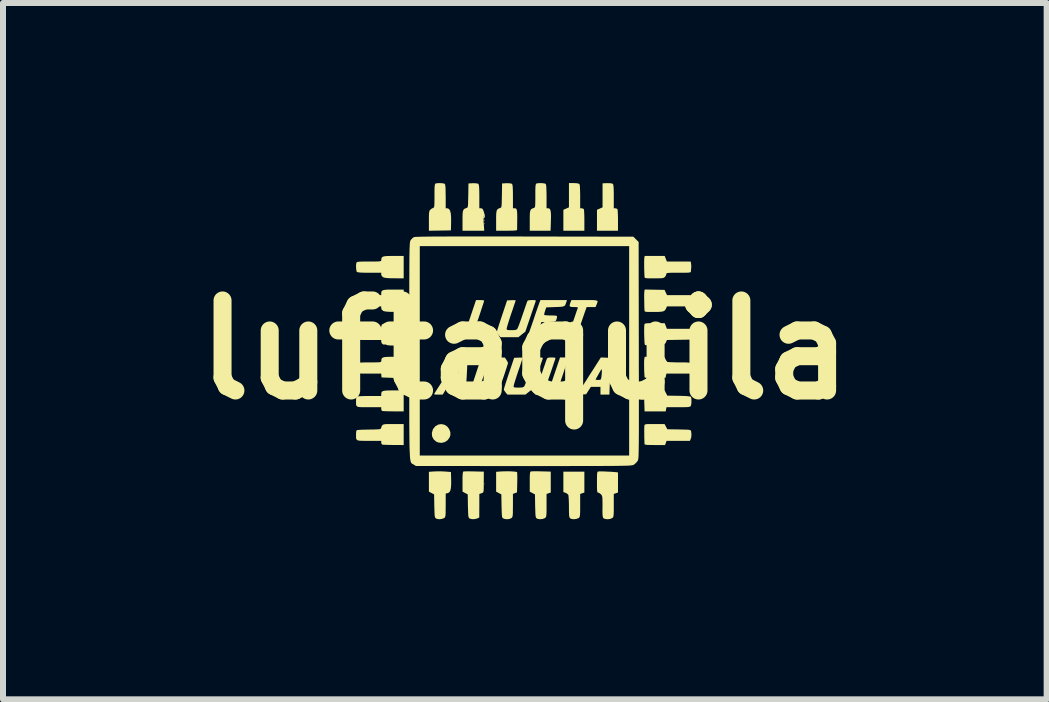
<source format=kicad_pcb>
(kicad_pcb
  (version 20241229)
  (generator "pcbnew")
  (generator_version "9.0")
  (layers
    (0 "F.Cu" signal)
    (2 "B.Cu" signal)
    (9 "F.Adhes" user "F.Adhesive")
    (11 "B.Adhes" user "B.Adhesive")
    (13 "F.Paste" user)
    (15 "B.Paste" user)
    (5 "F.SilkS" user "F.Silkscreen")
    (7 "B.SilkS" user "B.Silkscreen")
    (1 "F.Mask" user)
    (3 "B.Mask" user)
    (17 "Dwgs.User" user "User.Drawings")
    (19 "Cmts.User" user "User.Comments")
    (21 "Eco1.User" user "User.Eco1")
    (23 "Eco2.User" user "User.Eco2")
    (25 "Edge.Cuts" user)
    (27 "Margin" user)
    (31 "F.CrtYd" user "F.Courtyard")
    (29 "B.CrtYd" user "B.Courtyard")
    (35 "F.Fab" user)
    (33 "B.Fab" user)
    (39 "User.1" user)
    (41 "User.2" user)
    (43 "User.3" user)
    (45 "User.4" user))
  (footprint "luftaquila"
    (layer "F.Cu")
    (at 5.693 2.777)
    (property "Reference" "luftaquila" (at 0 0 0) (layer "F.SilkS") (effects (font (size 1.5 1.5) (thickness 0.3))))
    (attr board_only exclude_from_pos_files exclude_from_bom)
    (fp_poly (pts (xy -0.665 2.234) (xy -0.671 2.24) (xy -0.677 2.234) (xy -0.671 2.228)) (stroke (width 0) (type solid)) (fill yes) (layer "F.SilkS"))
    (fp_poly (pts (xy -0.669 -2.166) (xy -0.668 -2.152) (xy -0.669 -2.151) (xy -0.676 -2.152) (xy -0.677 -2.158) (xy -0.672 -2.168)) (stroke (width 0) (type solid)) (fill yes) (layer "F.SilkS"))
    (fp_poly (pts (xy -0.669 -2.108) (xy -0.668 -2.094) (xy -0.669 -2.092) (xy -0.676 -2.094) (xy -0.677 -2.1) (xy -0.672 -2.11)) (stroke (width 0) (type solid)) (fill yes) (layer "F.SilkS"))
    (fp_poly (pts (xy -1.341 1.248) (xy -1.295 1.276) (xy -1.262 1.318) (xy -1.241 1.371) (xy -1.24 1.422) (xy -1.254 1.462) (xy -1.288 1.508) (xy -1.334 1.538) (xy -1.388 1.551) (xy -1.443 1.544) (xy -1.478 1.529) (xy -1.521 1.49) (xy -1.545 1.441) (xy -1.549 1.386) (xy -1.532 1.328) (xy -1.527 1.318) (xy -1.49 1.273) (xy -1.443 1.246) (xy -1.392 1.238)) (stroke (width 0) (type solid)) (fill yes) (layer "F.SilkS"))
    (fp_poly (pts (xy 0.86 -2.775) (xy 0.893 -2.769) (xy 0.908 -2.763) (xy 0.914 -2.747) (xy 0.918 -2.714) (xy 0.92 -2.66) (xy 0.922 -2.585) (xy 0.922 -2.553) (xy 0.922 -2.357) (xy 0.95 -2.357) (xy 0.974 -2.35) (xy 0.985 -2.338) (xy 0.987 -2.321) (xy 0.989 -2.284) (xy 0.991 -2.234) (xy 0.992 -2.174) (xy 0.992 -2.152) (xy 0.992 -1.983) (xy 0.817 -1.983) (xy 0.642 -1.983) (xy 0.642 -2.158) (xy 0.642 -2.332) (xy 0.688 -2.352) (xy 0.735 -2.373) (xy 0.735 -2.575) (xy 0.735 -2.777) (xy 0.814 -2.777)) (stroke (width 0) (type solid)) (fill yes) (layer "F.SilkS"))
    (fp_poly (pts (xy 1.418 -2.775) (xy 1.452 -2.77) (xy 1.465 -2.764) (xy 1.472 -2.754) (xy 1.476 -2.734) (xy 1.479 -2.701) (xy 1.481 -2.652) (xy 1.482 -2.584) (xy 1.482 -2.554) (xy 1.482 -2.357) (xy 1.51 -2.357) (xy 1.534 -2.35) (xy 1.545 -2.338) (xy 1.547 -2.321) (xy 1.549 -2.284) (xy 1.551 -2.234) (xy 1.552 -2.174) (xy 1.552 -2.152) (xy 1.552 -1.983) (xy 1.377 -1.983) (xy 1.202 -1.983) (xy 1.202 -2.158) (xy 1.202 -2.332) (xy 1.248 -2.352) (xy 1.295 -2.373) (xy 1.295 -2.573) (xy 1.295 -2.773) (xy 1.372 -2.776)) (stroke (width 0) (type solid)) (fill yes) (layer "F.SilkS"))
    (fp_poly (pts (xy 0.484 0.129) (xy 0.504 0.132) (xy 0.51 0.139) (xy 0.507 0.153) (xy 0.507 0.155) (xy 0.501 0.173) (xy 0.488 0.209) (xy 0.471 0.261) (xy 0.449 0.326) (xy 0.424 0.399) (xy 0.402 0.461) (xy 0.307 0.741) (xy 0.233 0.744) (xy 0.193 0.745) (xy 0.172 0.743) (xy 0.166 0.736) (xy 0.167 0.731) (xy 0.172 0.716) (xy 0.184 0.682) (xy 0.201 0.632) (xy 0.222 0.57) (xy 0.247 0.5) (xy 0.262 0.454) (xy 0.288 0.378) (xy 0.312 0.308) (xy 0.333 0.248) (xy 0.349 0.2) (xy 0.36 0.169) (xy 0.364 0.16) (xy 0.373 0.142) (xy 0.385 0.133) (xy 0.409 0.129) (xy 0.446 0.128)) (stroke (width 0) (type solid)) (fill yes) (layer "F.SilkS"))
    (fp_poly (pts (xy 0.992 2.204) (xy 0.992 2.378) (xy 0.957 2.39) (xy 0.922 2.402) (xy 0.922 2.594) (xy 0.922 2.665) (xy 0.921 2.716) (xy 0.919 2.751) (xy 0.916 2.774) (xy 0.911 2.788) (xy 0.904 2.797) (xy 0.893 2.805) (xy 0.857 2.818) (xy 0.814 2.823) (xy 0.774 2.817) (xy 0.755 2.807) (xy 0.748 2.799) (xy 0.742 2.785) (xy 0.738 2.761) (xy 0.736 2.725) (xy 0.735 2.672) (xy 0.735 2.614) (xy 0.734 2.551) (xy 0.732 2.495) (xy 0.729 2.45) (xy 0.726 2.422) (xy 0.724 2.416) (xy 0.705 2.397) (xy 0.677 2.382) (xy 0.642 2.37) (xy 0.642 2.2) (xy 0.642 2.03) (xy 0.817 2.03) (xy 0.992 2.03)) (stroke (width 0) (type solid)) (fill yes) (layer "F.SilkS"))
    (fp_poly (pts (xy 2.162 -1.001) (xy 2.328 -0.998) (xy 2.348 -0.954) (xy 2.369 -0.91) (xy 2.566 -0.91) (xy 2.764 -0.91) (xy 2.772 -0.869) (xy 2.775 -0.831) (xy 2.773 -0.786) (xy 2.772 -0.776) (xy 2.764 -0.723) (xy 2.566 -0.723) (xy 2.368 -0.723) (xy 2.354 -0.691) (xy 2.342 -0.668) (xy 2.328 -0.652) (xy 2.307 -0.641) (xy 2.277 -0.635) (xy 2.231 -0.631) (xy 2.168 -0.63) (xy 2.15 -0.63) (xy 2.087 -0.63) (xy 2.044 -0.631) (xy 2.017 -0.633) (xy 2.002 -0.637) (xy 1.996 -0.644) (xy 1.994 -0.654) (xy 1.994 -0.656) (xy 1.991 -0.711) (xy 1.99 -0.772) (xy 1.989 -0.833) (xy 1.988 -0.889) (xy 1.989 -0.936) (xy 1.991 -0.966) (xy 1.991 -0.972) (xy 1.997 -1.004)) (stroke (width 0) (type solid)) (fill yes) (layer "F.SilkS"))
    (fp_poly (pts (xy 0.219 2.024) (xy 0.294 2.026) (xy 0.353 2.027) (xy 0.432 2.03) (xy 0.432 2.204) (xy 0.432 2.378) (xy 0.397 2.39) (xy 0.362 2.402) (xy 0.362 2.594) (xy 0.362 2.665) (xy 0.361 2.716) (xy 0.359 2.751) (xy 0.356 2.774) (xy 0.351 2.788) (xy 0.343 2.797) (xy 0.333 2.805) (xy 0.297 2.818) (xy 0.255 2.823) (xy 0.215 2.817) (xy 0.196 2.807) (xy 0.188 2.799) (xy 0.182 2.784) (xy 0.178 2.76) (xy 0.176 2.723) (xy 0.174 2.669) (xy 0.172 2.601) (xy 0.169 2.409) (xy 0.125 2.386) (xy 0.082 2.363) (xy 0.082 2.198) (xy 0.082 2.127) (xy 0.084 2.077) (xy 0.088 2.046) (xy 0.093 2.03) (xy 0.096 2.028) (xy 0.117 2.025) (xy 0.159 2.024)) (stroke (width 0) (type solid)) (fill yes) (layer "F.SilkS"))
    (fp_poly (pts (xy 2.162 0.677) (xy 2.328 0.677) (xy 2.351 0.72) (xy 2.374 0.764) (xy 2.566 0.767) (xy 2.647 0.769) (xy 2.705 0.772) (xy 2.744 0.777) (xy 2.764 0.782) (xy 2.767 0.785) (xy 2.774 0.808) (xy 2.776 0.845) (xy 2.775 0.886) (xy 2.77 0.92) (xy 2.765 0.934) (xy 2.759 0.942) (xy 2.749 0.948) (xy 2.731 0.952) (xy 2.703 0.955) (xy 2.66 0.956) (xy 2.599 0.957) (xy 2.556 0.957) (xy 2.36 0.957) (xy 2.353 0.992) (xy 2.346 1.027) (xy 2.17 1.027) (xy 1.995 1.027) (xy 1.994 0.995) (xy 1.993 0.969) (xy 1.992 0.927) (xy 1.99 0.876) (xy 1.989 0.852) (xy 1.988 0.799) (xy 1.988 0.752) (xy 1.99 0.718) (xy 1.991 0.709) (xy 1.997 0.677)) (stroke (width 0) (type solid)) (fill yes) (layer "F.SilkS"))
    (fp_poly (pts (xy -2.018 -0.817) (xy -2.018 -0.63) (xy -2.173 -0.631) (xy -2.245 -0.632) (xy -2.298 -0.635) (xy -2.334 -0.64) (xy -2.358 -0.647) (xy -2.36 -0.648) (xy -2.386 -0.672) (xy -2.392 -0.695) (xy -2.392 -0.723) (xy -2.595 -0.723) (xy -2.671 -0.723) (xy -2.727 -0.724) (xy -2.766 -0.727) (xy -2.791 -0.734) (xy -2.804 -0.747) (xy -2.811 -0.766) (xy -2.812 -0.794) (xy -2.812 -0.828) (xy -2.81 -0.87) (xy -2.804 -0.894) (xy -2.793 -0.903) (xy -2.776 -0.905) (xy -2.739 -0.907) (xy -2.688 -0.909) (xy -2.627 -0.91) (xy -2.583 -0.91) (xy -2.392 -0.91) (xy -2.392 -0.94) (xy -2.39 -0.963) (xy -2.382 -0.98) (xy -2.366 -0.991) (xy -2.337 -0.998) (xy -2.293 -1.002) (xy -2.23 -1.003) (xy -2.188 -1.003) (xy -2.018 -1.003)) (stroke (width 0) (type solid)) (fill yes) (layer "F.SilkS"))
    (fp_poly (pts (xy -2.018 0.852) (xy -2.018 1.027) (xy -2.191 1.026) (xy -2.252 1.025) (xy -2.306 1.024) (xy -2.348 1.022) (xy -2.373 1.02) (xy -2.377 1.019) (xy -2.389 1.004) (xy -2.392 0.985) (xy -2.392 0.957) (xy -2.595 0.957) (xy -2.671 0.957) (xy -2.727 0.956) (xy -2.766 0.953) (xy -2.791 0.946) (xy -2.804 0.933) (xy -2.811 0.914) (xy -2.812 0.886) (xy -2.812 0.852) (xy -2.81 0.81) (xy -2.804 0.787) (xy -2.793 0.777) (xy -2.776 0.775) (xy -2.739 0.773) (xy -2.688 0.771) (xy -2.627 0.77) (xy -2.583 0.77) (xy -2.392 0.77) (xy -2.392 0.74) (xy -2.39 0.717) (xy -2.382 0.7) (xy -2.366 0.689) (xy -2.337 0.682) (xy -2.293 0.678) (xy -2.23 0.677) (xy -2.188 0.677) (xy -2.018 0.677)) (stroke (width 0) (type solid)) (fill yes) (layer "F.SilkS"))
    (fp_poly (pts (xy -1.394 2.025) (xy -1.333 2.028) (xy -1.33 2.028) (xy -1.231 2.036) (xy -1.227 2.164) (xy -1.227 2.245) (xy -1.232 2.306) (xy -1.242 2.348) (xy -1.258 2.374) (xy -1.281 2.387) (xy -1.286 2.388) (xy -1.318 2.395) (xy -1.318 2.59) (xy -1.319 2.662) (xy -1.319 2.714) (xy -1.321 2.75) (xy -1.324 2.773) (xy -1.329 2.788) (xy -1.336 2.797) (xy -1.346 2.804) (xy -1.347 2.805) (xy -1.383 2.818) (xy -1.426 2.823) (xy -1.465 2.817) (xy -1.484 2.807) (xy -1.492 2.799) (xy -1.498 2.784) (xy -1.502 2.76) (xy -1.504 2.723) (xy -1.506 2.669) (xy -1.508 2.601) (xy -1.511 2.409) (xy -1.555 2.386) (xy -1.598 2.363) (xy -1.598 2.198) (xy -1.598 2.033) (xy -1.514 2.027) (xy -1.459 2.025)) (stroke (width 0) (type solid)) (fill yes) (layer "F.SilkS"))
    (fp_poly (pts (xy -0.237 2.025) (xy -0.188 2.028) (xy -0.151 2.032) (xy -0.131 2.037) (xy -0.13 2.038) (xy -0.127 2.053) (xy -0.126 2.086) (xy -0.125 2.134) (xy -0.126 2.191) (xy -0.126 2.212) (xy -0.13 2.375) (xy -0.164 2.388) (xy -0.198 2.401) (xy -0.198 2.592) (xy -0.199 2.664) (xy -0.199 2.715) (xy -0.201 2.751) (xy -0.205 2.775) (xy -0.21 2.79) (xy -0.218 2.8) (xy -0.222 2.803) (xy -0.252 2.817) (xy -0.293 2.823) (xy -0.335 2.819) (xy -0.364 2.807) (xy -0.372 2.799) (xy -0.378 2.784) (xy -0.382 2.76) (xy -0.384 2.723) (xy -0.386 2.669) (xy -0.388 2.601) (xy -0.391 2.409) (xy -0.435 2.386) (xy -0.478 2.363) (xy -0.478 2.198) (xy -0.478 2.033) (xy -0.4 2.027) (xy -0.348 2.025) (xy -0.292 2.024)) (stroke (width 0) (type solid)) (fill yes) (layer "F.SilkS"))
    (fp_poly (pts (xy 0.692 0.13) (xy 0.716 0.134) (xy 0.723 0.138) (xy 0.72 0.151) (xy 0.71 0.182) (xy 0.695 0.227) (xy 0.677 0.282) (xy 0.657 0.343) (xy 0.636 0.407) (xy 0.615 0.468) (xy 0.596 0.524) (xy 0.58 0.569) (xy 0.569 0.601) (xy 0.566 0.61) (xy 0.564 0.618) (xy 0.569 0.624) (xy 0.585 0.627) (xy 0.615 0.629) (xy 0.663 0.63) (xy 0.705 0.63) (xy 0.767 0.63) (xy 0.81 0.632) (xy 0.836 0.636) (xy 0.848 0.646) (xy 0.85 0.662) (xy 0.844 0.686) (xy 0.839 0.703) (xy 0.827 0.747) (xy 0.605 0.747) (xy 0.382 0.747) (xy 0.388 0.72) (xy 0.393 0.703) (xy 0.405 0.666) (xy 0.422 0.614) (xy 0.444 0.549) (xy 0.469 0.476) (xy 0.491 0.411) (xy 0.587 0.128) (xy 0.655 0.128)) (stroke (width 0) (type solid)) (fill yes) (layer "F.SilkS"))
    (fp_poly (pts (xy 2.328 1.237) (xy 2.351 1.281) (xy 2.374 1.324) (xy 2.568 1.327) (xy 2.64 1.329) (xy 2.691 1.33) (xy 2.726 1.332) (xy 2.748 1.336) (xy 2.761 1.341) (xy 2.767 1.348) (xy 2.77 1.357) (xy 2.776 1.408) (xy 2.772 1.459) (xy 2.763 1.487) (xy 2.75 1.517) (xy 2.556 1.517) (xy 2.362 1.517) (xy 2.349 1.552) (xy 2.336 1.587) (xy 2.165 1.587) (xy 2.095 1.586) (xy 2.045 1.585) (xy 2.013 1.581) (xy 1.998 1.577) (xy 1.994 1.572) (xy 1.992 1.517) (xy 1.99 1.456) (xy 1.99 1.396) (xy 1.989 1.341) (xy 1.99 1.297) (xy 1.991 1.269) (xy 1.992 1.263) (xy 1.995 1.253) (xy 2.002 1.245) (xy 2.015 1.241) (xy 2.04 1.238) (xy 2.078 1.237) (xy 2.136 1.237) (xy 2.163 1.237)) (stroke (width 0) (type solid)) (fill yes) (layer "F.SilkS"))
    (fp_poly (pts (xy -0.926 2.025) (xy -0.866 2.026) (xy -0.787 2.028) (xy -0.782 2.028) (xy -0.683 2.03) (xy -0.684 2.191) (xy -0.684 2.26) (xy -0.685 2.31) (xy -0.686 2.344) (xy -0.69 2.365) (xy -0.695 2.377) (xy -0.704 2.383) (xy -0.716 2.388) (xy -0.723 2.39) (xy -0.758 2.402) (xy -0.758 2.598) (xy -0.759 2.794) (xy -0.79 2.809) (xy -0.83 2.82) (xy -0.875 2.822) (xy -0.912 2.814) (xy -0.924 2.807) (xy -0.932 2.799) (xy -0.938 2.784) (xy -0.942 2.76) (xy -0.944 2.723) (xy -0.946 2.669) (xy -0.948 2.601) (xy -0.951 2.409) (xy -0.995 2.386) (xy -1.038 2.363) (xy -1.038 2.198) (xy -1.038 2.127) (xy -1.036 2.078) (xy -1.032 2.046) (xy -1.027 2.031) (xy -1.024 2.028) (xy -1.014 2.027) (xy -0.996 2.026) (xy -0.968 2.025)) (stroke (width 0) (type solid)) (fill yes) (layer "F.SilkS"))
    (fp_poly (pts (xy -2.018 -0.257) (xy -2.018 -0.07) (xy -2.158 -0.07) (xy -2.222 -0.071) (xy -2.269 -0.074) (xy -2.298 -0.079) (xy -2.305 -0.082) (xy -2.321 -0.09) (xy -2.33 -0.088) (xy -2.357 -0.088) (xy -2.381 -0.105) (xy -2.392 -0.132) (xy -2.392 -0.135) (xy -2.392 -0.163) (xy -2.596 -0.163) (xy -2.673 -0.163) (xy -2.729 -0.164) (xy -2.768 -0.168) (xy -2.793 -0.176) (xy -2.807 -0.189) (xy -2.812 -0.21) (xy -2.812 -0.241) (xy -2.81 -0.281) (xy -2.806 -0.344) (xy -2.599 -0.347) (xy -2.525 -0.349) (xy -2.471 -0.35) (xy -2.434 -0.352) (xy -2.411 -0.355) (xy -2.398 -0.359) (xy -2.393 -0.365) (xy -2.391 -0.374) (xy -2.391 -0.377) (xy -2.389 -0.401) (xy -2.382 -0.418) (xy -2.366 -0.43) (xy -2.338 -0.438) (xy -2.295 -0.442) (xy -2.233 -0.443) (xy -2.189 -0.443) (xy -2.018 -0.443)) (stroke (width 0) (type solid)) (fill yes) (layer "F.SilkS"))
    (fp_poly (pts (xy 2.162 0.119) (xy 2.327 0.123) (xy 2.344 0.158) (xy 2.359 0.184) (xy 2.373 0.201) (xy 2.373 0.201) (xy 2.389 0.204) (xy 2.423 0.207) (xy 2.473 0.208) (xy 2.533 0.21) (xy 2.574 0.21) (xy 2.646 0.21) (xy 2.698 0.211) (xy 2.732 0.214) (xy 2.754 0.217) (xy 2.765 0.222) (xy 2.77 0.228) (xy 2.776 0.261) (xy 2.776 0.305) (xy 2.771 0.347) (xy 2.765 0.367) (xy 2.754 0.397) (xy 2.556 0.397) (xy 2.359 0.397) (xy 2.351 0.431) (xy 2.344 0.466) (xy 2.174 0.469) (xy 2.11 0.47) (xy 2.058 0.469) (xy 2.019 0.466) (xy 2 0.463) (xy 1.998 0.462) (xy 1.994 0.445) (xy 1.992 0.411) (xy 1.989 0.365) (xy 1.988 0.312) (xy 1.987 0.258) (xy 1.987 0.209) (xy 1.988 0.17) (xy 1.991 0.148) (xy 1.997 0.116)) (stroke (width 0) (type solid)) (fill yes) (layer "F.SilkS"))
    (fp_poly (pts (xy -1.381 -2.775) (xy -1.349 -2.77) (xy -1.332 -2.763) (xy -1.327 -2.747) (xy -1.322 -2.714) (xy -1.32 -2.66) (xy -1.319 -2.585) (xy -1.318 -2.553) (xy -1.318 -2.357) (xy -1.29 -2.357) (xy -1.265 -2.347) (xy -1.246 -2.319) (xy -1.233 -2.27) (xy -1.228 -2.201) (xy -1.228 -2.123) (xy -1.231 -1.989) (xy -1.415 -1.986) (xy -1.598 -1.983) (xy -1.598 -2.147) (xy -1.598 -2.213) (xy -1.597 -2.259) (xy -1.594 -2.291) (xy -1.589 -2.312) (xy -1.582 -2.325) (xy -1.576 -2.332) (xy -1.55 -2.353) (xy -1.53 -2.362) (xy -1.521 -2.366) (xy -1.514 -2.373) (xy -1.51 -2.387) (xy -1.507 -2.412) (xy -1.506 -2.45) (xy -1.505 -2.505) (xy -1.505 -2.566) (xy -1.505 -2.64) (xy -1.504 -2.693) (xy -1.502 -2.729) (xy -1.498 -2.752) (xy -1.493 -2.764) (xy -1.487 -2.77) (xy -1.459 -2.775) (xy -1.421 -2.777)) (stroke (width 0) (type solid)) (fill yes) (layer "F.SilkS"))
    (fp_poly (pts (xy 0.299 -2.775) (xy 0.331 -2.77) (xy 0.348 -2.763) (xy 0.354 -2.747) (xy 0.358 -2.714) (xy 0.36 -2.66) (xy 0.362 -2.585) (xy 0.362 -2.553) (xy 0.362 -2.357) (xy 0.39 -2.357) (xy 0.408 -2.353) (xy 0.421 -2.339) (xy 0.43 -2.312) (xy 0.435 -2.269) (xy 0.436 -2.209) (xy 0.434 -2.138) (xy 0.429 -1.983) (xy 0.255 -1.983) (xy 0.082 -1.983) (xy 0.082 -2.151) (xy 0.082 -2.222) (xy 0.084 -2.273) (xy 0.089 -2.309) (xy 0.098 -2.332) (xy 0.113 -2.347) (xy 0.133 -2.357) (xy 0.149 -2.362) (xy 0.158 -2.366) (xy 0.165 -2.372) (xy 0.17 -2.385) (xy 0.173 -2.407) (xy 0.174 -2.443) (xy 0.175 -2.495) (xy 0.175 -2.566) (xy 0.175 -2.64) (xy 0.176 -2.693) (xy 0.178 -2.729) (xy 0.182 -2.752) (xy 0.187 -2.764) (xy 0.193 -2.77) (xy 0.221 -2.775) (xy 0.259 -2.777)) (stroke (width 0) (type solid)) (fill yes) (layer "F.SilkS"))
    (fp_poly (pts (xy 2.348 -0.397) (xy 2.367 -0.35) (xy 2.565 -0.35) (xy 2.764 -0.35) (xy 2.772 -0.308) (xy 2.775 -0.269) (xy 2.771 -0.225) (xy 2.77 -0.218) (xy 2.759 -0.169) (xy 2.563 -0.166) (xy 2.366 -0.163) (xy 2.353 -0.128) (xy 2.337 -0.102) (xy 2.319 -0.093) (xy 2.302 -0.088) (xy 2.298 -0.082) (xy 2.288 -0.076) (xy 2.259 -0.073) (xy 2.218 -0.071) (xy 2.169 -0.07) (xy 2.118 -0.07) (xy 2.07 -0.072) (xy 2.031 -0.075) (xy 2.006 -0.08) (xy 2 -0.083) (xy 1.996 -0.1) (xy 1.993 -0.134) (xy 1.991 -0.181) (xy 1.989 -0.235) (xy 1.988 -0.291) (xy 1.988 -0.343) (xy 1.989 -0.385) (xy 1.991 -0.413) (xy 1.991 -0.417) (xy 1.995 -0.427) (xy 2.001 -0.435) (xy 2.015 -0.439) (xy 2.039 -0.442) (xy 2.078 -0.443) (xy 2.135 -0.443) (xy 2.164 -0.443) (xy 2.33 -0.443)) (stroke (width 0) (type solid)) (fill yes) (layer "F.SilkS"))
    (fp_poly (pts (xy -2.192 1.237) (xy -2.018 1.237) (xy -2.018 1.412) (xy -2.018 1.587) (xy -2.191 1.586) (xy -2.252 1.585) (xy -2.306 1.584) (xy -2.348 1.582) (xy -2.373 1.58) (xy -2.377 1.579) (xy -2.389 1.564) (xy -2.392 1.545) (xy -2.392 1.517) (xy -2.595 1.517) (xy -2.671 1.517) (xy -2.727 1.516) (xy -2.766 1.513) (xy -2.791 1.506) (xy -2.804 1.493) (xy -2.811 1.474) (xy -2.812 1.446) (xy -2.812 1.412) (xy -2.81 1.368) (xy -2.803 1.344) (xy -2.795 1.338) (xy -2.778 1.336) (xy -2.742 1.333) (xy -2.692 1.331) (xy -2.631 1.33) (xy -2.59 1.329) (xy -2.519 1.328) (xy -2.467 1.326) (xy -2.432 1.324) (xy -2.411 1.32) (xy -2.4 1.315) (xy -2.396 1.308) (xy -2.387 1.281) (xy -2.378 1.262) (xy -2.365 1.249) (xy -2.345 1.242) (xy -2.313 1.238) (xy -2.265 1.237) (xy -2.198 1.237)) (stroke (width 0) (type solid)) (fill yes) (layer "F.SilkS"))
    (fp_poly (pts (xy -0.709 -0.827) (xy -0.684 -0.823) (xy -0.677 -0.819) (xy -0.68 -0.806) (xy -0.69 -0.775) (xy -0.705 -0.73) (xy -0.723 -0.675) (xy -0.743 -0.613) (xy -0.764 -0.55) (xy -0.785 -0.489) (xy -0.804 -0.433) (xy -0.82 -0.388) (xy -0.831 -0.356) (xy -0.835 -0.347) (xy -0.836 -0.339) (xy -0.831 -0.333) (xy -0.815 -0.329) (xy -0.785 -0.327) (xy -0.738 -0.327) (xy -0.695 -0.327) (xy -0.633 -0.327) (xy -0.59 -0.325) (xy -0.564 -0.321) (xy -0.552 -0.311) (xy -0.55 -0.295) (xy -0.556 -0.271) (xy -0.561 -0.254) (xy -0.573 -0.21) (xy -0.794 -0.21) (xy -0.863 -0.21) (xy -0.923 -0.212) (xy -0.971 -0.214) (xy -1.003 -0.216) (xy -1.015 -0.219) (xy -1.015 -0.219) (xy -1.012 -0.232) (xy -1.002 -0.264) (xy -0.986 -0.312) (xy -0.966 -0.374) (xy -0.942 -0.446) (xy -0.915 -0.525) (xy -0.914 -0.528) (xy -0.813 -0.828) (xy -0.745 -0.828)) (stroke (width 0) (type solid)) (fill yes) (layer "F.SilkS"))
    (fp_poly (pts (xy -2.018 -1.377) (xy -2.018 -1.19) (xy -2.173 -1.191) (xy -2.245 -1.192) (xy -2.298 -1.195) (xy -2.334 -1.2) (xy -2.358 -1.207) (xy -2.36 -1.208) (xy -2.386 -1.232) (xy -2.392 -1.255) (xy -2.392 -1.283) (xy -2.588 -1.283) (xy -2.671 -1.284) (xy -2.732 -1.286) (xy -2.773 -1.29) (xy -2.794 -1.295) (xy -2.798 -1.297) (xy -2.805 -1.316) (xy -2.81 -1.35) (xy -2.812 -1.39) (xy -2.81 -1.427) (xy -2.805 -1.452) (xy -2.799 -1.458) (xy -2.787 -1.463) (xy -2.764 -1.467) (xy -2.728 -1.469) (xy -2.676 -1.47) (xy -2.603 -1.47) (xy -2.595 -1.47) (xy -2.522 -1.47) (xy -2.469 -1.471) (xy -2.432 -1.472) (xy -2.41 -1.475) (xy -2.398 -1.479) (xy -2.393 -1.485) (xy -2.391 -1.494) (xy -2.391 -1.496) (xy -2.389 -1.521) (xy -2.382 -1.538) (xy -2.366 -1.55) (xy -2.338 -1.558) (xy -2.295 -1.562) (xy -2.234 -1.563) (xy -2.189 -1.563) (xy -2.018 -1.563)) (stroke (width 0) (type solid)) (fill yes) (layer "F.SilkS"))
    (fp_poly (pts (xy -0.259 -2.774) (xy -0.226 -2.769) (xy -0.215 -2.764) (xy -0.208 -2.754) (xy -0.204 -2.734) (xy -0.201 -2.701) (xy -0.199 -2.651) (xy -0.198 -2.582) (xy -0.198 -2.554) (xy -0.198 -2.357) (xy -0.17 -2.357) (xy -0.157 -2.356) (xy -0.146 -2.352) (xy -0.139 -2.343) (xy -0.133 -2.326) (xy -0.129 -2.299) (xy -0.127 -2.258) (xy -0.126 -2.203) (xy -0.127 -2.13) (xy -0.128 -2.037) (xy -0.128 -1.998) (xy -0.134 -1.992) (xy -0.154 -1.988) (xy -0.19 -1.985) (xy -0.245 -1.984) (xy -0.303 -1.983) (xy -0.478 -1.983) (xy -0.478 -2.151) (xy -0.478 -2.222) (xy -0.476 -2.273) (xy -0.471 -2.309) (xy -0.462 -2.332) (xy -0.447 -2.347) (xy -0.427 -2.357) (xy -0.412 -2.362) (xy -0.402 -2.366) (xy -0.395 -2.372) (xy -0.39 -2.386) (xy -0.387 -2.408) (xy -0.385 -2.444) (xy -0.384 -2.497) (xy -0.382 -2.57) (xy -0.382 -2.57) (xy -0.379 -2.771) (xy -0.305 -2.775)) (stroke (width 0) (type solid)) (fill yes) (layer "F.SilkS"))
    (fp_poly (pts (xy 1.073 -0.828) (xy 1.132 -0.828) (xy 1.173 -0.825) (xy 1.198 -0.82) (xy 1.21 -0.812) (xy 1.212 -0.798) (xy 1.206 -0.78) (xy 1.196 -0.754) (xy 1.196 -0.754) (xy 1.178 -0.712) (xy 1.104 -0.712) (xy 1.03 -0.712) (xy 1.006 -0.645) (xy 0.994 -0.61) (xy 0.976 -0.559) (xy 0.955 -0.497) (xy 0.932 -0.43) (xy 0.92 -0.394) (xy 0.858 -0.21) (xy 0.791 -0.21) (xy 0.755 -0.212) (xy 0.73 -0.216) (xy 0.723 -0.221) (xy 0.727 -0.234) (xy 0.737 -0.265) (xy 0.751 -0.31) (xy 0.77 -0.366) (xy 0.79 -0.427) (xy 0.811 -0.49) (xy 0.832 -0.551) (xy 0.851 -0.607) (xy 0.866 -0.652) (xy 0.878 -0.683) (xy 0.881 -0.691) (xy 0.883 -0.703) (xy 0.874 -0.709) (xy 0.851 -0.711) (xy 0.818 -0.712) (xy 0.775 -0.713) (xy 0.752 -0.721) (xy 0.746 -0.739) (xy 0.754 -0.772) (xy 0.761 -0.79) (xy 0.775 -0.828) (xy 0.994 -0.828)) (stroke (width 0) (type solid)) (fill yes) (layer "F.SilkS"))
    (fp_poly (pts (xy -2.021 0.294) (xy -2.023 0.364) (xy -2.025 0.413) (xy -2.028 0.445) (xy -2.032 0.464) (xy -2.038 0.472) (xy -2.042 0.473) (xy -2.059 0.473) (xy -2.095 0.472) (xy -2.145 0.47) (xy -2.204 0.468) (xy -2.223 0.467) (xy -2.386 0.461) (xy -2.39 0.429) (xy -2.393 0.397) (xy -2.596 0.397) (xy -2.672 0.397) (xy -2.727 0.396) (xy -2.766 0.393) (xy -2.791 0.386) (xy -2.805 0.373) (xy -2.811 0.354) (xy -2.812 0.326) (xy -2.812 0.292) (xy -2.81 0.25) (xy -2.804 0.227) (xy -2.793 0.217) (xy -2.776 0.215) (xy -2.739 0.213) (xy -2.688 0.211) (xy -2.627 0.21) (xy -2.583 0.21) (xy -2.513 0.21) (xy -2.462 0.209) (xy -2.428 0.208) (xy -2.407 0.205) (xy -2.396 0.2) (xy -2.392 0.193) (xy -2.391 0.184) (xy -2.389 0.159) (xy -2.382 0.142) (xy -2.366 0.13) (xy -2.338 0.122) (xy -2.295 0.118) (xy -2.234 0.117) (xy -2.189 0.117) (xy -2.018 0.117)) (stroke (width 0) (type solid)) (fill yes) (layer "F.SilkS"))
    (fp_poly (pts (xy -0.957 0.177) (xy -0.957 0.204) (xy -0.959 0.249) (xy -0.961 0.31) (xy -0.965 0.381) (xy -0.969 0.458) (xy -0.971 0.487) (xy -0.985 0.747) (xy -1.059 0.747) (xy -1.133 0.747) (xy -1.125 0.683) (xy -1.117 0.618) (xy -1.204 0.618) (xy -1.29 0.618) (xy -1.329 0.683) (xy -1.368 0.747) (xy -1.443 0.747) (xy -1.483 0.746) (xy -1.504 0.744) (xy -1.51 0.737) (xy -1.505 0.727) (xy -1.505 0.726) (xy -1.496 0.712) (xy -1.476 0.68) (xy -1.446 0.634) (xy -1.409 0.576) (xy -1.367 0.51) (xy -1.362 0.502) (xy -1.215 0.502) (xy -1.168 0.502) (xy -1.122 0.502) (xy -1.114 0.435) (xy -1.109 0.392) (xy -1.105 0.355) (xy -1.102 0.338) (xy -1.097 0.309) (xy -1.117 0.337) (xy -1.134 0.362) (xy -1.156 0.399) (xy -1.176 0.434) (xy -1.215 0.502) (xy -1.362 0.502) (xy -1.32 0.437) (xy -1.309 0.42) (xy -1.126 0.134) (xy -1.041 0.131) (xy -0.957 0.127)) (stroke (width 0) (type solid)) (fill yes) (layer "F.SilkS"))
    (fp_poly (pts (xy 2.348 -1.517) (xy 2.367 -1.47) (xy 2.565 -1.47) (xy 2.763 -1.47) (xy 2.769 -1.438) (xy 2.773 -1.401) (xy 2.772 -1.371) (xy 2.769 -1.336) (xy 2.767 -1.31) (xy 2.766 -1.3) (xy 2.761 -1.293) (xy 2.751 -1.289) (xy 2.73 -1.286) (xy 2.697 -1.284) (xy 2.648 -1.284) (xy 2.579 -1.283) (xy 2.561 -1.283) (xy 2.488 -1.283) (xy 2.434 -1.283) (xy 2.398 -1.281) (xy 2.375 -1.279) (xy 2.363 -1.274) (xy 2.358 -1.268) (xy 2.357 -1.26) (xy 2.349 -1.235) (xy 2.333 -1.213) (xy 2.322 -1.204) (xy 2.307 -1.197) (xy 2.284 -1.193) (xy 2.248 -1.191) (xy 2.197 -1.19) (xy 2.153 -1.19) (xy 2.089 -1.19) (xy 2.046 -1.191) (xy 2.018 -1.193) (xy 2.003 -1.197) (xy 1.996 -1.204) (xy 1.994 -1.213) (xy 1.994 -1.216) (xy 1.991 -1.275) (xy 1.989 -1.338) (xy 1.988 -1.401) (xy 1.988 -1.457) (xy 1.989 -1.501) (xy 1.99 -1.528) (xy 1.991 -1.531) (xy 1.997 -1.563) (xy 2.163 -1.563) (xy 2.33 -1.563)) (stroke (width 0) (type solid)) (fill yes) (layer "F.SilkS"))
    (fp_poly (pts (xy -0.819 -2.774) (xy -0.786 -2.769) (xy -0.775 -2.764) (xy -0.769 -2.754) (xy -0.764 -2.734) (xy -0.761 -2.701) (xy -0.759 -2.651) (xy -0.758 -2.582) (xy -0.758 -2.554) (xy -0.758 -2.357) (xy -0.73 -2.357) (xy -0.711 -2.353) (xy -0.698 -2.337) (xy -0.684 -2.303) (xy -0.684 -2.302) (xy -0.671 -2.258) (xy -0.665 -2.223) (xy -0.668 -2.203) (xy -0.677 -2.2) (xy -0.679 -2.2) (xy -0.685 -2.198) (xy -0.687 -2.18) (xy -0.687 -2.144) (xy -0.684 -2.096) (xy -0.676 -1.983) (xy -0.857 -1.983) (xy -1.038 -1.983) (xy -1.038 -2.151) (xy -1.038 -2.222) (xy -1.038 -2.223) (xy -0.688 -2.223) (xy -0.683 -2.217) (xy -0.677 -2.223) (xy -0.683 -2.228) (xy -0.688 -2.223) (xy -1.038 -2.223) (xy -1.036 -2.273) (xy -1.031 -2.309) (xy -1.022 -2.332) (xy -1.007 -2.347) (xy -0.987 -2.357) (xy -0.972 -2.362) (xy -0.962 -2.366) (xy -0.955 -2.372) (xy -0.95 -2.386) (xy -0.947 -2.408) (xy -0.945 -2.444) (xy -0.944 -2.497) (xy -0.942 -2.57) (xy -0.942 -2.57) (xy -0.939 -2.771) (xy -0.865 -2.775)) (stroke (width 0) (type solid)) (fill yes) (layer "F.SilkS"))
    (fp_poly (pts (xy 0.694 -0.802) (xy 0.683 -0.769) (xy 0.673 -0.745) (xy 0.659 -0.73) (xy 0.637 -0.721) (xy 0.602 -0.716) (xy 0.551 -0.713) (xy 0.508 -0.712) (xy 0.357 -0.706) (xy 0.337 -0.648) (xy 0.327 -0.613) (xy 0.322 -0.588) (xy 0.323 -0.581) (xy 0.336 -0.577) (xy 0.367 -0.574) (xy 0.41 -0.572) (xy 0.432 -0.572) (xy 0.482 -0.571) (xy 0.513 -0.569) (xy 0.529 -0.565) (xy 0.536 -0.557) (xy 0.537 -0.549) (xy 0.532 -0.521) (xy 0.523 -0.497) (xy 0.516 -0.483) (xy 0.506 -0.475) (xy 0.487 -0.47) (xy 0.456 -0.467) (xy 0.408 -0.465) (xy 0.392 -0.464) (xy 0.275 -0.461) (xy 0.233 -0.338) (xy 0.191 -0.216) (xy 0.117 -0.212) (xy 0.077 -0.211) (xy 0.055 -0.214) (xy 0.049 -0.22) (xy 0.05 -0.225) (xy 0.056 -0.241) (xy 0.067 -0.275) (xy 0.084 -0.325) (xy 0.106 -0.386) (xy 0.13 -0.457) (xy 0.146 -0.503) (xy 0.171 -0.579) (xy 0.195 -0.649) (xy 0.216 -0.709) (xy 0.233 -0.756) (xy 0.244 -0.787) (xy 0.247 -0.796) (xy 0.26 -0.828) (xy 0.481 -0.828) (xy 0.702 -0.828)) (stroke (width 0) (type solid)) (fill yes) (layer "F.SilkS"))
    (fp_poly (pts (xy 1.348 0.131) (xy 1.429 0.134) (xy 1.427 0.21) (xy 1.425 0.246) (xy 1.424 0.3) (xy 1.421 0.367) (xy 1.419 0.441) (xy 1.417 0.516) (xy 1.409 0.747) (xy 1.335 0.747) (xy 1.26 0.747) (xy 1.26 0.683) (xy 1.26 0.618) (xy 1.18 0.618) (xy 1.1 0.618) (xy 1.06 0.68) (xy 1.021 0.741) (xy 0.948 0.744) (xy 0.91 0.745) (xy 0.884 0.745) (xy 0.875 0.742) (xy 0.881 0.731) (xy 0.897 0.704) (xy 0.92 0.668) (xy 0.931 0.651) (xy 0.955 0.615) (xy 0.988 0.564) (xy 1.028 0.502) (xy 1.031 0.497) (xy 1.178 0.497) (xy 1.189 0.5) (xy 1.214 0.502) (xy 1.223 0.502) (xy 1.251 0.501) (xy 1.265 0.493) (xy 1.272 0.473) (xy 1.276 0.448) (xy 1.281 0.404) (xy 1.283 0.361) (xy 1.283 0.351) (xy 1.283 0.332) (xy 1.28 0.325) (xy 1.272 0.332) (xy 1.257 0.355) (xy 1.234 0.396) (xy 1.231 0.401) (xy 1.208 0.442) (xy 1.19 0.474) (xy 1.18 0.494) (xy 1.178 0.497) (xy 1.031 0.497) (xy 1.071 0.433) (xy 1.116 0.363) (xy 1.127 0.347) (xy 1.266 0.128)) (stroke (width 0) (type solid)) (fill yes) (layer "F.SilkS"))
    (fp_poly (pts (xy 1.327 2.027) (xy 1.38 2.03) (xy 1.433 2.032) (xy 1.482 2.036) (xy 1.521 2.039) (xy 1.546 2.042) (xy 1.552 2.045) (xy 1.552 2.059) (xy 1.552 2.092) (xy 1.552 2.14) (xy 1.552 2.197) (xy 1.552 2.216) (xy 1.552 2.378) (xy 1.517 2.39) (xy 1.482 2.402) (xy 1.482 2.594) (xy 1.482 2.665) (xy 1.481 2.716) (xy 1.479 2.751) (xy 1.476 2.774) (xy 1.471 2.788) (xy 1.464 2.797) (xy 1.453 2.805) (xy 1.417 2.819) (xy 1.374 2.823) (xy 1.333 2.817) (xy 1.313 2.808) (xy 1.305 2.8) (xy 1.3 2.787) (xy 1.296 2.766) (xy 1.294 2.732) (xy 1.293 2.682) (xy 1.294 2.616) (xy 1.294 2.547) (xy 1.293 2.498) (xy 1.292 2.464) (xy 1.288 2.442) (xy 1.282 2.426) (xy 1.273 2.413) (xy 1.27 2.409) (xy 1.246 2.389) (xy 1.224 2.38) (xy 1.223 2.38) (xy 1.215 2.379) (xy 1.209 2.371) (xy 1.205 2.355) (xy 1.203 2.326) (xy 1.202 2.282) (xy 1.202 2.218) (xy 1.202 2.206) (xy 1.202 2.138) (xy 1.203 2.09) (xy 1.205 2.058) (xy 1.209 2.04) (xy 1.215 2.031) (xy 1.221 2.028) (xy 1.242 2.026) (xy 1.279 2.026)) (stroke (width 0) (type solid)) (fill yes) (layer "F.SilkS"))
    (fp_poly (pts (xy 0.158 -0.828) (xy 0.178 -0.824) (xy 0.183 -0.817) (xy 0.181 -0.808) (xy 0.175 -0.791) (xy 0.163 -0.756) (xy 0.146 -0.706) (xy 0.125 -0.644) (xy 0.101 -0.574) (xy 0.091 -0.544) (xy 0.008 -0.301) (xy -0.05 -0.256) (xy -0.107 -0.21) (xy -0.257 -0.21) (xy -0.406 -0.21) (xy -0.436 -0.246) (xy -0.456 -0.272) (xy -0.466 -0.293) (xy -0.467 -0.296) (xy -0.463 -0.311) (xy -0.453 -0.345) (xy -0.438 -0.394) (xy -0.418 -0.455) (xy -0.395 -0.525) (xy -0.381 -0.567) (xy -0.295 -0.823) (xy -0.223 -0.826) (xy -0.186 -0.827) (xy -0.16 -0.826) (xy -0.152 -0.825) (xy -0.155 -0.813) (xy -0.165 -0.782) (xy -0.181 -0.736) (xy -0.2 -0.678) (xy -0.223 -0.611) (xy -0.228 -0.597) (xy -0.251 -0.528) (xy -0.271 -0.465) (xy -0.287 -0.412) (xy -0.298 -0.373) (xy -0.303 -0.352) (xy -0.303 -0.35) (xy -0.301 -0.338) (xy -0.291 -0.331) (xy -0.269 -0.328) (xy -0.229 -0.327) (xy -0.222 -0.327) (xy -0.178 -0.328) (xy -0.151 -0.331) (xy -0.134 -0.34) (xy -0.123 -0.353) (xy -0.114 -0.372) (xy -0.099 -0.409) (xy -0.08 -0.461) (xy -0.058 -0.522) (xy -0.037 -0.583) (xy -0.014 -0.65) (xy 0.006 -0.709) (xy 0.023 -0.758) (xy 0.035 -0.792) (xy 0.041 -0.808) (xy 0.051 -0.82) (xy 0.072 -0.826) (xy 0.109 -0.828) (xy 0.119 -0.828)) (stroke (width 0) (type solid)) (fill yes) (layer "F.SilkS"))
    (fp_poly (pts (xy 0.274 0.129) (xy 0.294 0.132) (xy 0.3 0.14) (xy 0.298 0.149) (xy 0.292 0.165) (xy 0.28 0.201) (xy 0.262 0.251) (xy 0.241 0.313) (xy 0.217 0.383) (xy 0.207 0.412) (xy 0.125 0.656) (xy 0.067 0.701) (xy 0.01 0.747) (xy -0.14 0.747) (xy -0.29 0.747) (xy -0.32 0.711) (xy -0.339 0.685) (xy -0.349 0.664) (xy -0.35 0.66) (xy -0.346 0.646) (xy -0.336 0.612) (xy -0.321 0.563) (xy -0.301 0.502) (xy -0.278 0.432) (xy -0.264 0.39) (xy -0.178 0.134) (xy -0.107 0.131) (xy -0.069 0.13) (xy -0.043 0.13) (xy -0.035 0.132) (xy -0.039 0.144) (xy -0.049 0.175) (xy -0.064 0.221) (xy -0.083 0.279) (xy -0.106 0.345) (xy -0.111 0.36) (xy -0.134 0.429) (xy -0.154 0.492) (xy -0.171 0.545) (xy -0.182 0.584) (xy -0.187 0.605) (xy -0.187 0.606) (xy -0.185 0.619) (xy -0.175 0.626) (xy -0.152 0.629) (xy -0.112 0.63) (xy -0.105 0.63) (xy -0.061 0.629) (xy -0.034 0.625) (xy -0.018 0.617) (xy -0.007 0.604) (xy 0.002 0.585) (xy 0.017 0.547) (xy 0.037 0.496) (xy 0.059 0.435) (xy 0.08 0.373) (xy 0.102 0.307) (xy 0.123 0.248) (xy 0.14 0.199) (xy 0.152 0.164) (xy 0.158 0.149) (xy 0.167 0.137) (xy 0.188 0.131) (xy 0.226 0.128) (xy 0.236 0.128)) (stroke (width 0) (type solid)) (fill yes) (layer "F.SilkS"))
    (fp_poly (pts (xy -0.483 0.128) (xy -0.333 0.129) (xy -0.306 0.169) (xy -0.29 0.197) (xy -0.281 0.217) (xy -0.28 0.221) (xy -0.284 0.235) (xy -0.294 0.267) (xy -0.309 0.315) (xy -0.328 0.373) (xy -0.35 0.439) (xy -0.35 0.439) (xy -0.383 0.532) (xy -0.411 0.603) (xy -0.433 0.652) (xy -0.45 0.677) (xy -0.469 0.704) (xy -0.472 0.726) (xy -0.472 0.726) (xy -0.477 0.747) (xy -0.503 0.773) (xy -0.505 0.775) (xy -0.541 0.798) (xy -0.568 0.803) (xy -0.59 0.789) (xy -0.6 0.776) (xy -0.61 0.763) (xy -0.622 0.754) (xy -0.642 0.749) (xy -0.674 0.747) (xy -0.724 0.747) (xy -0.734 0.747) (xy -0.849 0.747) (xy -0.875 0.703) (xy -0.901 0.659) (xy -0.883 0.604) (xy -0.735 0.604) (xy -0.73 0.624) (xy -0.723 0.63) (xy -0.715 0.621) (xy -0.717 0.61) (xy -0.713 0.589) (xy -0.688 0.565) (xy -0.685 0.564) (xy -0.648 0.54) (xy -0.624 0.531) (xy -0.606 0.537) (xy -0.59 0.558) (xy -0.584 0.567) (xy -0.568 0.591) (xy -0.555 0.603) (xy -0.552 0.602) (xy -0.544 0.588) (xy -0.532 0.555) (xy -0.516 0.511) (xy -0.498 0.459) (xy -0.481 0.405) (xy -0.465 0.354) (xy -0.452 0.311) (xy -0.445 0.282) (xy -0.443 0.272) (xy -0.445 0.257) (xy -0.454 0.249) (xy -0.474 0.246) (xy -0.513 0.245) (xy -0.517 0.245) (xy -0.56 0.247) (xy -0.594 0.253) (xy -0.611 0.26) (xy -0.621 0.276) (xy -0.637 0.309) (xy -0.656 0.355) (xy -0.676 0.408) (xy -0.696 0.463) (xy -0.713 0.516) (xy -0.726 0.561) (xy -0.734 0.594) (xy -0.735 0.604) (xy -0.883 0.604) (xy -0.829 0.44) (xy -0.756 0.221) (xy -0.695 0.175) (xy -0.634 0.128)) (stroke (width 0) (type solid)) (fill yes) (layer "F.SilkS"))
    (fp_poly (pts (xy -0.642 -1.888) (xy -0.419 -1.888) (xy -0.173 -1.888) (xy -0.003 -1.887) (xy 1.808 -1.884) (xy 1.852 -1.84) (xy 1.896 -1.796) (xy 1.899 0.009) (xy 1.899 0.249) (xy 1.9 0.467) (xy 1.9 0.663) (xy 1.9 0.84) (xy 1.9 0.997) (xy 1.9 1.137) (xy 1.9 1.26) (xy 1.9 1.368) (xy 1.899 1.461) (xy 1.899 1.541) (xy 1.898 1.608) (xy 1.897 1.664) (xy 1.896 1.711) (xy 1.895 1.748) (xy 1.894 1.777) (xy 1.892 1.8) (xy 1.89 1.817) (xy 1.888 1.829) (xy 1.885 1.838) (xy 1.883 1.845) (xy 1.88 1.851) (xy 1.879 1.852) (xy 1.852 1.885) (xy 1.819 1.913) (xy 1.817 1.914) (xy 1.812 1.917) (xy 1.806 1.919) (xy 1.797 1.922) (xy 1.786 1.924) (xy 1.77 1.926) (xy 1.749 1.928) (xy 1.721 1.93) (xy 1.686 1.931) (xy 1.642 1.932) (xy 1.588 1.933) (xy 1.523 1.934) (xy 1.447 1.935) (xy 1.357 1.935) (xy 1.253 1.936) (xy 1.133 1.936) (xy 0.997 1.936) (xy 0.844 1.936) (xy 0.672 1.937) (xy 0.48 1.937) (xy 0.267 1.937) (xy 0.032 1.937) (xy -0.018 1.937) (xy -1.814 1.936) (xy -1.853 1.912) (xy -1.862 1.906) (xy -1.871 1.902) (xy -1.879 1.897) (xy -1.886 1.891) (xy -1.892 1.883) (xy -1.898 1.872) (xy -1.903 1.856) (xy -1.907 1.835) (xy -1.911 1.807) (xy -1.914 1.772) (xy -1.916 1.727) (xy -1.919 1.673) (xy -1.921 1.608) (xy -1.922 1.531) (xy -1.923 1.441) (xy -1.924 1.336) (xy -1.925 1.216) (xy -1.925 1.08) (xy -1.925 0.926) (xy -1.925 0.754) (xy -1.925 0.562) (xy -1.925 0.35) (xy -1.925 0.116) (xy -1.925 0.018) (xy -1.75 0.018) (xy -1.75 1.762) (xy -0.006 1.762) (xy 1.738 1.762) (xy 1.738 0.018) (xy 1.738 -1.727) (xy -0.006 -1.727) (xy -1.75 -1.727) (xy -1.75 0.018) (xy -1.925 0.018) (xy -1.925 0.017) (xy -1.925 -0.223) (xy -1.925 -0.441) (xy -1.925 -0.638) (xy -1.925 -0.814) (xy -1.925 -0.972) (xy -1.925 -1.112) (xy -1.924 -1.235) (xy -1.924 -1.342) (xy -1.923 -1.435) (xy -1.923 -1.515) (xy -1.922 -1.582) (xy -1.921 -1.638) (xy -1.92 -1.685) (xy -1.918 -1.722) (xy -1.917 -1.751) (xy -1.915 -1.774) (xy -1.913 -1.791) (xy -1.911 -1.803) (xy -1.908 -1.812) (xy -1.906 -1.819) (xy -1.903 -1.824) (xy -1.902 -1.826) (xy -1.877 -1.855) (xy -1.849 -1.876) (xy -1.846 -1.877) (xy -1.835 -1.879) (xy -1.809 -1.881) (xy -1.77 -1.882) (xy -1.715 -1.884) (xy -1.644 -1.885) (xy -1.556 -1.886) (xy -1.451 -1.887) (xy -1.328 -1.887) (xy -1.187 -1.888) (xy -1.025 -1.888) (xy -0.844 -1.888)) (stroke (width 0) (type solid)) (fill yes) (layer "F.SilkS")))
  (gr_rect
    (start -3 -3)
    (end 14.386 8.6)
    (stroke (width 0.1) (type default))
    (fill no)
    (layer "Edge.Cuts")))
</source>
